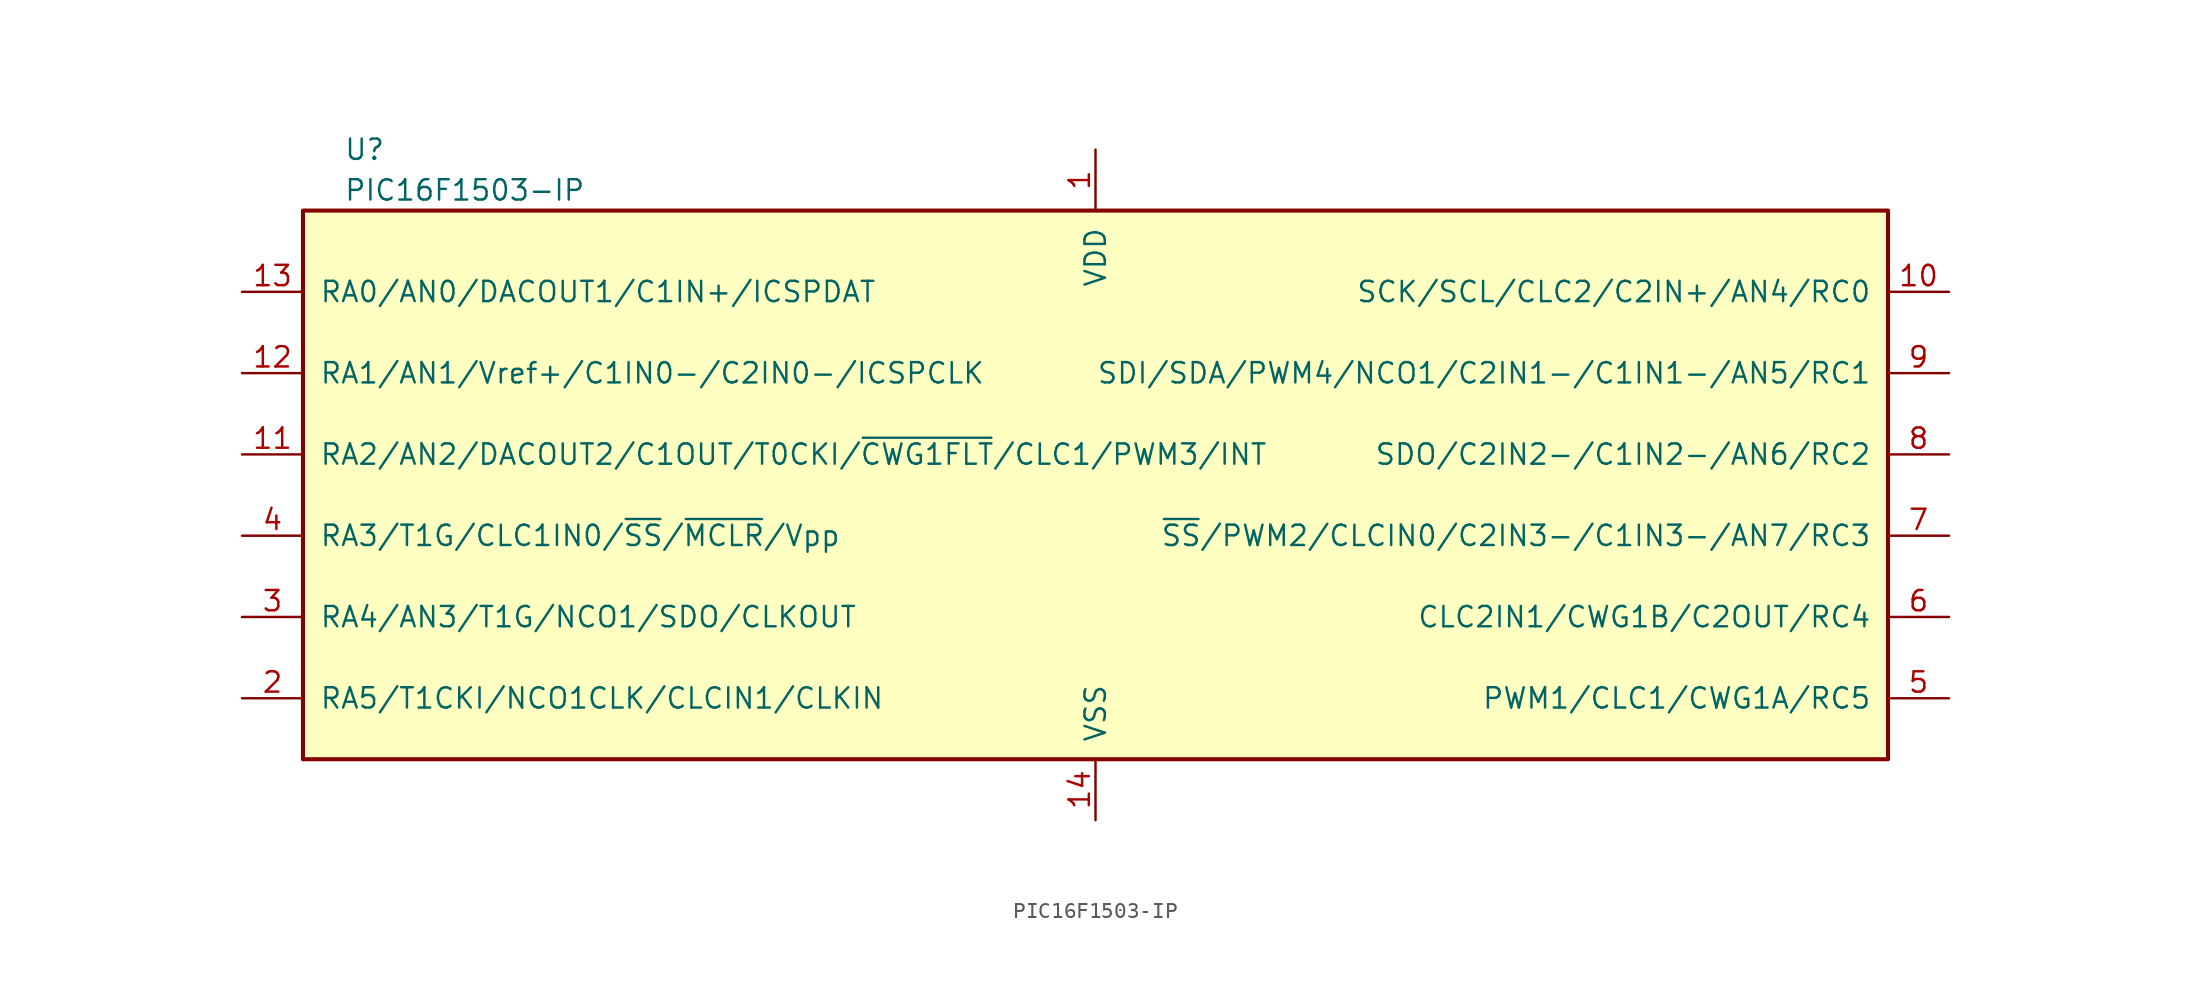
<source format=kicad_sym>
(kicad_symbol_lib
  (version 20211014)
  (generator kicad_symbol_editor)
  (symbol "PIC16F1503-IP"
    (pin_names
      (offset 1.016))
    (property "Reference" "U"
      (at -46.99 15.24 0)
      (effects (font (size 1.27 1.27)) (justify left)))
    (property "Value" "PIC16F1503-IP"
      (at -46.99 12.7 0)
      (effects (font (size 1.27 1.27)) (justify left)))
    (symbol "PIC16F1503-IP_0_1"
      (rectangle (start -49.53 11.43) (end 49.53 -22.86) (stroke (width 0.254) (type default) (color 0 0 0 0)) (fill (type background))))
    (symbol "PIC16F1503-IP_1_1"
      (pin power_in line (at 0 15.24 270) (length 3.81) (name "VDD" (effects (font (size 1.27 1.27)))) (number "1" (effects (font (size 1.27 1.27)))))
      (pin bidirectional line (at 53.34 6.35 180) (length 3.81) (name "SCK/SCL/CLC2/C2IN+/AN4/RC0" (effects (font (size 1.27 1.27)))) (number "10" (effects (font (size 1.27 1.27)))))
      (pin bidirectional line (at -53.34 -3.81 0) (length 3.81) (name "RA2/AN2/DACOUT2/C1OUT/T0CKI/~{CWG1FLT}/CLC1/PWM3/INT" (effects (font (size 1.27 1.27)))) (number "11" (effects (font (size 1.27 1.27)))))
      (pin bidirectional line (at -53.34 1.27 0) (length 3.81) (name "RA1/AN1/Vref+/C1IN0-/C2IN0-/ICSPCLK" (effects (font (size 1.27 1.27)))) (number "12" (effects (font (size 1.27 1.27)))))
      (pin bidirectional line (at -53.34 6.35 0) (length 3.81) (name "RA0/AN0/DACOUT1/C1IN+/ICSPDAT" (effects (font (size 1.27 1.27)))) (number "13" (effects (font (size 1.27 1.27)))))
      (pin power_in line (at 0 -26.67 90) (length 3.81) (name "VSS" (effects (font (size 1.27 1.27)))) (number "14" (effects (font (size 1.27 1.27)))))
      (pin bidirectional line (at -53.34 -19.05 0) (length 3.81) (name "RA5/T1CKI/NCO1CLK/CLCIN1/CLKIN" (effects (font (size 1.27 1.27)))) (number "2" (effects (font (size 1.27 1.27)))))
      (pin bidirectional line (at -53.34 -13.97 0) (length 3.81) (name "RA4/AN3/T1G/NCO1/SDO/CLKOUT" (effects (font (size 1.27 1.27)))) (number "3" (effects (font (size 1.27 1.27)))))
      (pin input line (at -53.34 -8.89 0) (length 3.81) (name "RA3/T1G/CLC1IN0/~{SS}/~{MCLR}/Vpp" (effects (font (size 1.27 1.27)))) (number "4" (effects (font (size 1.27 1.27)))))
      (pin bidirectional line (at 53.34 -19.05 180) (length 3.81) (name "PWM1/CLC1/CWG1A/RC5" (effects (font (size 1.27 1.27)))) (number "5" (effects (font (size 1.27 1.27)))))
      (pin bidirectional line (at 53.34 -13.97 180) (length 3.81) (name "CLC2IN1/CWG1B/C2OUT/RC4" (effects (font (size 1.27 1.27)))) (number "6" (effects (font (size 1.27 1.27)))))
      (pin bidirectional line (at 53.34 -8.89 180) (length 3.81) (name "~{SS}/PWM2/CLCIN0/C2IN3-/C1IN3-/AN7/RC3" (effects (font (size 1.27 1.27)))) (number "7" (effects (font (size 1.27 1.27)))))
      (pin bidirectional line (at 53.34 -3.81 180) (length 3.81) (name "SDO/C2IN2-/C1IN2-/AN6/RC2" (effects (font (size 1.27 1.27)))) (number "8" (effects (font (size 1.27 1.27)))))
      (pin bidirectional line (at 53.34 1.27 180) (length 3.81) (name "SDI/SDA/PWM4/NCO1/C2IN1-/C1IN1-/AN5/RC1" (effects (font (size 1.27 1.27)))) (number "9" (effects (font (size 1.27 1.27))))))))
</source>
